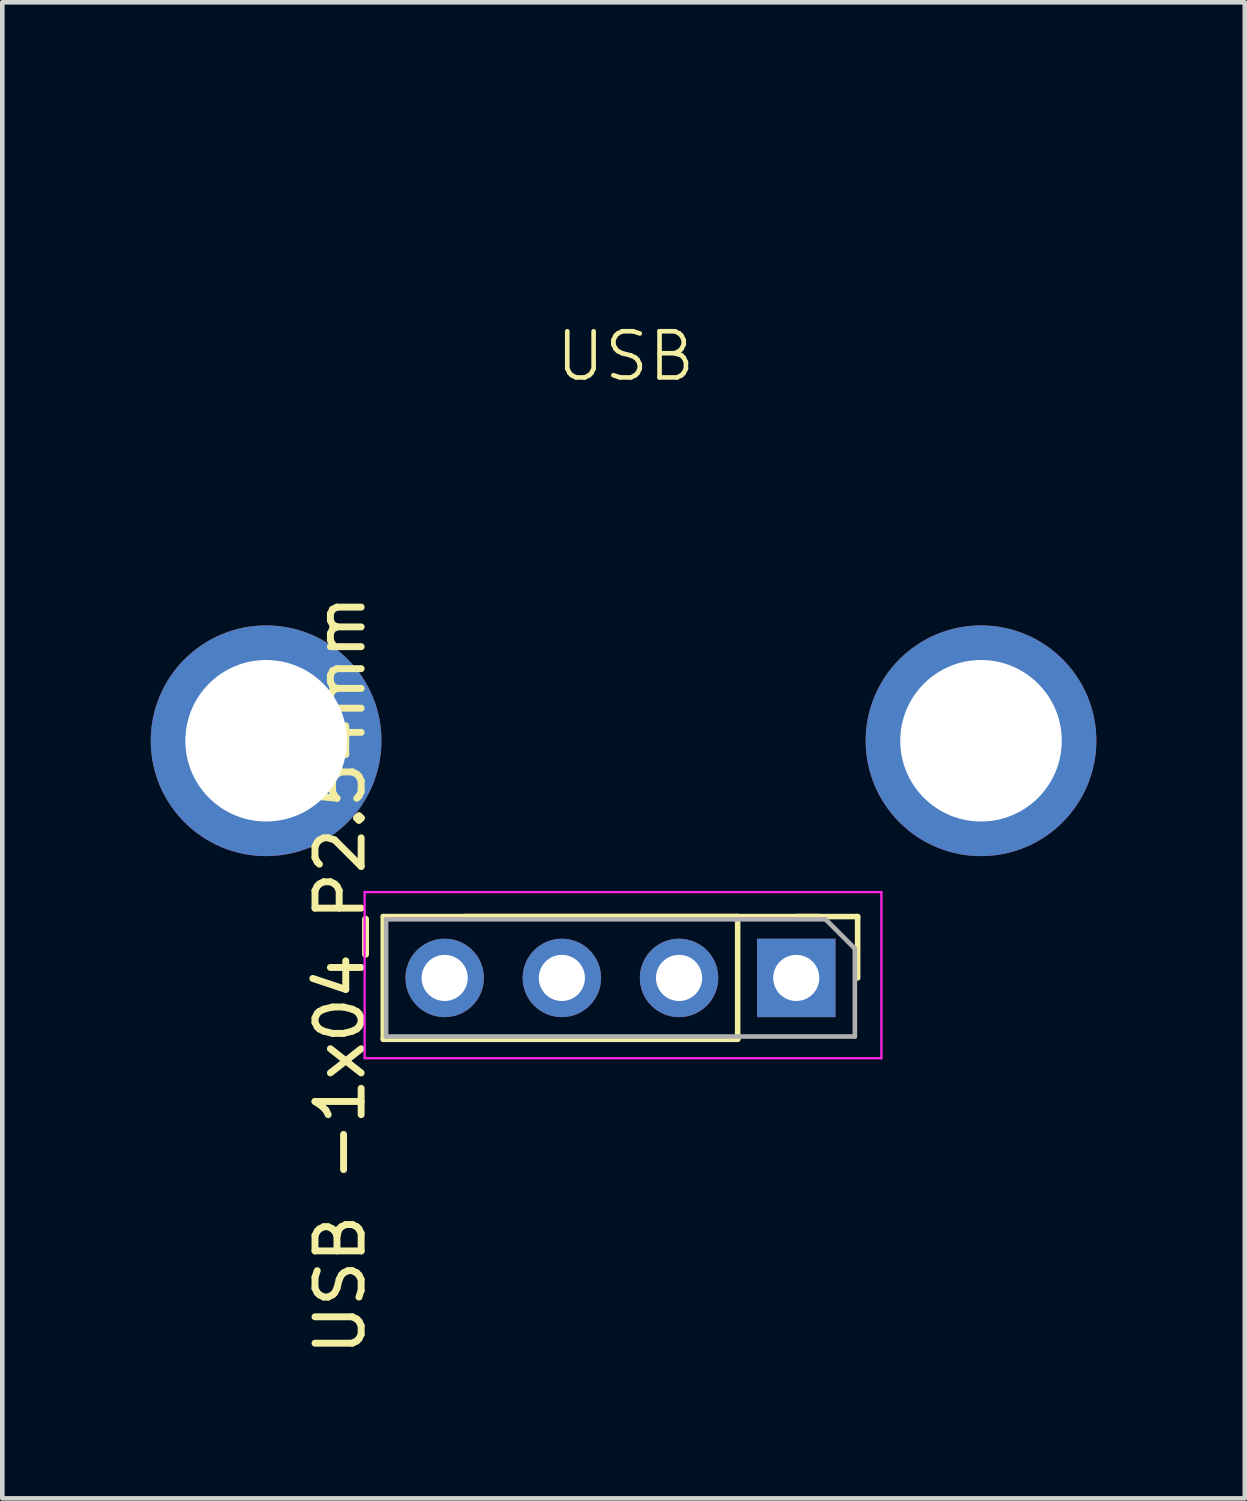
<source format=kicad_pcb>
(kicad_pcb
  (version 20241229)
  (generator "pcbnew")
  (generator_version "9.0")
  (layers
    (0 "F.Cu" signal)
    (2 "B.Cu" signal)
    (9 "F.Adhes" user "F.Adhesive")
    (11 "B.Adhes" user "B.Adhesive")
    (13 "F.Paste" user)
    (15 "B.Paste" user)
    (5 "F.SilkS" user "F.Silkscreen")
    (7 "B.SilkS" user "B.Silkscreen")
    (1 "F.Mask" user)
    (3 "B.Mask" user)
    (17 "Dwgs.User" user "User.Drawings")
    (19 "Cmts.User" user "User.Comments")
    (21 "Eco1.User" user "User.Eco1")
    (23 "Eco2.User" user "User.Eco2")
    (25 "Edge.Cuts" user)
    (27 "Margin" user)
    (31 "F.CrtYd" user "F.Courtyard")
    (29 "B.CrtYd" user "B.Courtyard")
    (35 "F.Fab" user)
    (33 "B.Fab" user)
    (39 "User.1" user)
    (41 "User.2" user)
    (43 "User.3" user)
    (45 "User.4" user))
  (footprint "USB -1x04_P2.54mm"
    (layer "F.Cu")
    (at 10.464 17.83)
    (property "Reference" "USB -1x04_P2.54mm" (at -6.142 0.254 90) (layer "F.SilkS") (effects (font (size 1 1) (thickness 0.15))))
    (attr through_hole)
    (fp_line (start -10.414 -17.78) (end 10.414 -17.78) (stroke (width 0.1) (type default)) (layer "F.Mask"))
    (fp_line (start -10.414 2.54) (end -10.414 -17.78) (stroke (width 0.1) (type default)) (layer "F.Mask"))
    (fp_line (start -6.096 -8.763) (end -6.096 -17.78) (stroke (width 0.1) (type default)) (layer "F.Mask"))
    (fp_line (start 0 -8.763) (end -6.096 -8.763) (stroke (width 0.1) (type default)) (layer "F.Mask"))
    (fp_line (start 0 -8.763) (end 6.096 -8.763) (stroke (width 0.1) (type default)) (layer "F.Mask"))
    (fp_line (start 6.096 -8.763) (end 6.096 -17.78) (stroke (width 0.1) (type default)) (layer "F.Mask"))
    (fp_line (start 10.414 -17.78) (end 10.414 2.54) (stroke (width 0.1) (type default)) (layer "F.Mask"))
    (fp_line (start 10.414 2.54) (end -10.414 2.54) (stroke (width 0.1) (type default)) (layer "F.Mask"))
    (fp_arc (start -6.096 -11.684) (mid -7.62 -13.208) (end -6.096 -14.732) (stroke (width 0.1) (type default)) (layer "F.Mask"))
    (fp_arc (start 6.223 -14.732) (mid 7.747 -13.208) (end 6.223 -11.684) (stroke (width 0.1) (type default)) (layer "F.Mask"))
    (fp_line (start -5.207 -1.016) (end -5.207 1.644) (stroke (width 0.12) (type solid)) (layer "F.SilkS"))
    (fp_line (start -3.447 -1.016) (end 4.233 -1.016) (stroke (width 0.12) (type solid)) (layer "F.SilkS"))
    (fp_line (start 2.473 -1.016) (end -5.207 -1.016) (stroke (width 0.12) (type solid)) (layer "F.SilkS"))
    (fp_line (start 2.473 -1.016) (end 2.473 1.644) (stroke (width 0.12) (type solid)) (layer "F.SilkS"))
    (fp_line (start 2.473 1.644) (end -5.207 1.644) (stroke (width 0.12) (type solid)) (layer "F.SilkS"))
    (fp_line (start 3.743 -1.016) (end 5.073 -1.016) (stroke (width 0.12) (type solid)) (layer "F.SilkS"))
    (fp_line (start 5.073 -1.016) (end 5.073 0.314) (stroke (width 0.12) (type solid)) (layer "F.SilkS"))
    (fp_line (start -5.612 -1.546) (end -5.612 2.054) (stroke (width 0.05) (type solid)) (layer "F.CrtYd"))
    (fp_line (start -5.612 2.054) (end 5.588 2.054) (stroke (width 0.05) (type solid)) (layer "F.CrtYd"))
    (fp_line (start 5.588 -1.546) (end -5.612 -1.546) (stroke (width 0.05) (type solid)) (layer "F.CrtYd"))
    (fp_line (start 5.588 2.054) (end 5.588 -1.546) (stroke (width 0.05) (type solid)) (layer "F.CrtYd"))
    (fp_line (start -5.147 -0.956) (end 4.378 -0.956) (stroke (width 0.1) (type solid)) (layer "F.Fab"))
    (fp_line (start -5.147 1.584) (end -5.147 -0.956) (stroke (width 0.1) (type solid)) (layer "F.Fab"))
    (fp_line (start 4.378 -0.956) (end 5.013 -0.321) (stroke (width 0.1) (type solid)) (layer "F.Fab"))
    (fp_line (start 5.013 -0.321) (end 5.013 1.584) (stroke (width 0.1) (type solid)) (layer "F.Fab"))
    (fp_line (start 5.013 1.584) (end -5.147 1.584) (stroke (width 0.1) (type solid)) (layer "F.Fab"))
    (fp_text user "USB" (at -1.524 -12.573 0) (unlocked yes) (layer "F.SilkS") (effects (font (size 1 1) (thickness 0.1)) (justify left bottom)))
    (pad "1" thru_hole circle (at -7.747 -4.826) (size 5 5) (drill 3.5) (layers "*.Cu" "*.Mask"))
    (pad "1" thru_hole rect (at 3.743 0.314 270) (size 1.7 1.7) (drill 1) (layers "*.Cu" "*.Mask"))
    (pad "1" thru_hole circle (at 7.747 -4.826) (size 5 5) (drill 3.5) (layers "*.Cu" "*.Mask"))
    (pad "2" thru_hole oval (at 1.203 0.314 270) (size 1.7 1.7) (drill 1) (layers "*.Cu" "*.Mask"))
    (pad "3" thru_hole oval (at -1.337 0.314 270) (size 1.7 1.7) (drill 1) (layers "*.Cu" "*.Mask"))
    (pad "4" thru_hole oval (at -3.877 0.314 270) (size 1.7 1.7) (drill 1) (layers "*.Cu" "*.Mask")))
  (gr_rect
    (start -3 -3)
    (end 23.928 29.423)
    (stroke (width 0.1) (type default))
    (fill no)
    (layer "Edge.Cuts")))
</source>
